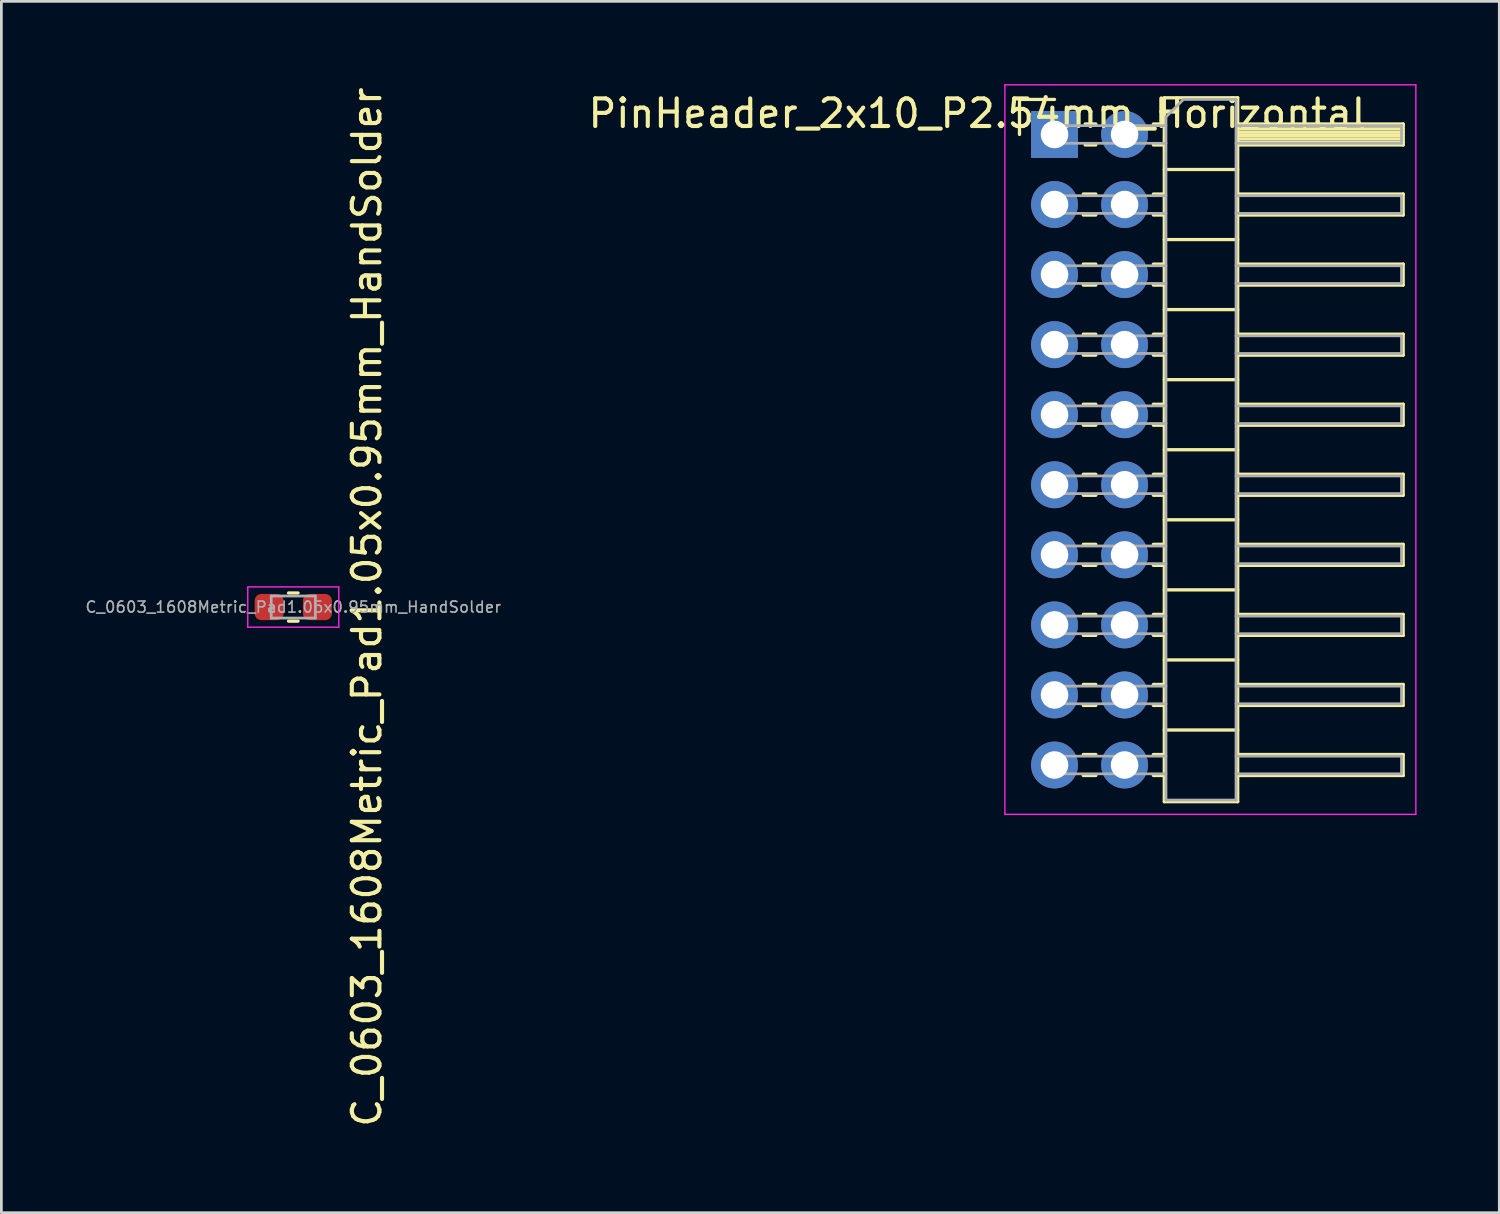
<source format=kicad_pcb>
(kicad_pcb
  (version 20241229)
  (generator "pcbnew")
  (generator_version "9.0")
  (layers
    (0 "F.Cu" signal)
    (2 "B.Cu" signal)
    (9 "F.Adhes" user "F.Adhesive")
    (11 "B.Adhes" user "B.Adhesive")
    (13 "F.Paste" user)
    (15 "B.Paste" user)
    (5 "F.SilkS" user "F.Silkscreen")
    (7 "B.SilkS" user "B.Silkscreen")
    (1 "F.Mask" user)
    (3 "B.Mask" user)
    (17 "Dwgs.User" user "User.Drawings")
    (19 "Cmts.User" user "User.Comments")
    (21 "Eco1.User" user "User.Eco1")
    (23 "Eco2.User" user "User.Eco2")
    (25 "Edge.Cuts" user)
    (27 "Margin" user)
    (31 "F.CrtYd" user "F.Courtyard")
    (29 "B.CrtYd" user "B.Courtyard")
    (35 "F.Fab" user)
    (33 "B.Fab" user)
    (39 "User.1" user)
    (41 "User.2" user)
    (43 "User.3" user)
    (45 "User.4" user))
  (footprint "C_0603_1608Metric_Pad1.05x0.95mm_HandSolder"
    (layer "F.Cu")
    (at 7.583 18.958)
    (property "Reference" "C_0603_1608Metric_Pad1.05x0.95mm_HandSolder" (at 2.667 0 90) (layer "F.SilkS") (effects (font (size 1 1) (thickness 0.15))))
    (attr smd)
    (fp_line (start -0.171 -0.51) (end 0.171 -0.51) (stroke (width 0.12) (type solid)) (layer "F.SilkS"))
    (fp_line (start -0.171 0.51) (end 0.171 0.51) (stroke (width 0.12) (type solid)) (layer "F.SilkS"))
    (fp_line (start -1.65 -0.73) (end 1.65 -0.73) (stroke (width 0.05) (type solid)) (layer "F.CrtYd"))
    (fp_line (start -1.65 0.73) (end -1.65 -0.73) (stroke (width 0.05) (type solid)) (layer "F.CrtYd"))
    (fp_line (start 1.65 -0.73) (end 1.65 0.73) (stroke (width 0.05) (type solid)) (layer "F.CrtYd"))
    (fp_line (start 1.65 0.73) (end -1.65 0.73) (stroke (width 0.05) (type solid)) (layer "F.CrtYd"))
    (fp_line (start -0.8 -0.4) (end 0.8 -0.4) (stroke (width 0.1) (type solid)) (layer "F.Fab"))
    (fp_line (start -0.8 0.4) (end -0.8 -0.4) (stroke (width 0.1) (type solid)) (layer "F.Fab"))
    (fp_line (start 0.8 -0.4) (end 0.8 0.4) (stroke (width 0.1) (type solid)) (layer "F.Fab"))
    (fp_line (start 0.8 0.4) (end -0.8 0.4) (stroke (width 0.1) (type solid)) (layer "F.Fab"))
    (fp_text user "${REFERENCE}" (at 0 0 0) (layer "F.Fab") (effects (font (size 0.4 0.4) (thickness 0.06))))
    (pad "1" smd roundrect (at -0.875 0) (size 1.05 0.95) (layers "F.Cu" "F.Mask" "F.Paste") (roundrect_rratio 0.25))
    (pad "2" smd roundrect (at 0.875 0) (size 1.05 0.95) (layers "F.Cu" "F.Mask" "F.Paste") (roundrect_rratio 0.25)))
  (footprint "PinHeader_2x10_P2.54mm_Horizontal"
    (layer "F.Cu")
    (at 35.181 1.825)
    (property "Reference" "PinHeader_2x10_P2.54mm_Horizontal" (at -2.794 -0.762 0) (layer "F.SilkS") (effects (font (size 1 1) (thickness 0.15))))
    (attr through_hole)
    (fp_line (start -1.27 -1.27) (end 0 -1.27) (stroke (width 0.12) (type solid)) (layer "F.SilkS"))
    (fp_line (start -1.27 0) (end -1.27 -1.27) (stroke (width 0.12) (type solid)) (layer "F.SilkS"))
    (fp_line (start 1.043 2.16) (end 1.497 2.16) (stroke (width 0.12) (type solid)) (layer "F.SilkS"))
    (fp_line (start 1.043 2.92) (end 1.497 2.92) (stroke (width 0.12) (type solid)) (layer "F.SilkS"))
    (fp_line (start 1.043 4.7) (end 1.497 4.7) (stroke (width 0.12) (type solid)) (layer "F.SilkS"))
    (fp_line (start 1.043 5.46) (end 1.497 5.46) (stroke (width 0.12) (type solid)) (layer "F.SilkS"))
    (fp_line (start 1.043 7.24) (end 1.497 7.24) (stroke (width 0.12) (type solid)) (layer "F.SilkS"))
    (fp_line (start 1.043 8) (end 1.497 8) (stroke (width 0.12) (type solid)) (layer "F.SilkS"))
    (fp_line (start 1.043 9.78) (end 1.497 9.78) (stroke (width 0.12) (type solid)) (layer "F.SilkS"))
    (fp_line (start 1.043 10.54) (end 1.497 10.54) (stroke (width 0.12) (type solid)) (layer "F.SilkS"))
    (fp_line (start 1.043 12.32) (end 1.497 12.32) (stroke (width 0.12) (type solid)) (layer "F.SilkS"))
    (fp_line (start 1.043 13.08) (end 1.497 13.08) (stroke (width 0.12) (type solid)) (layer "F.SilkS"))
    (fp_line (start 1.043 14.86) (end 1.497 14.86) (stroke (width 0.12) (type solid)) (layer "F.SilkS"))
    (fp_line (start 1.043 15.62) (end 1.497 15.62) (stroke (width 0.12) (type solid)) (layer "F.SilkS"))
    (fp_line (start 1.043 17.4) (end 1.497 17.4) (stroke (width 0.12) (type solid)) (layer "F.SilkS"))
    (fp_line (start 1.043 18.16) (end 1.497 18.16) (stroke (width 0.12) (type solid)) (layer "F.SilkS"))
    (fp_line (start 1.043 19.94) (end 1.497 19.94) (stroke (width 0.12) (type solid)) (layer "F.SilkS"))
    (fp_line (start 1.043 20.7) (end 1.497 20.7) (stroke (width 0.12) (type solid)) (layer "F.SilkS"))
    (fp_line (start 1.043 22.48) (end 1.497 22.48) (stroke (width 0.12) (type solid)) (layer "F.SilkS"))
    (fp_line (start 1.043 23.24) (end 1.497 23.24) (stroke (width 0.12) (type solid)) (layer "F.SilkS"))
    (fp_line (start 1.11 -0.38) (end 1.497 -0.38) (stroke (width 0.12) (type solid)) (layer "F.SilkS"))
    (fp_line (start 1.11 0.38) (end 1.497 0.38) (stroke (width 0.12) (type solid)) (layer "F.SilkS"))
    (fp_line (start 3.583 -0.38) (end 3.98 -0.38) (stroke (width 0.12) (type solid)) (layer "F.SilkS"))
    (fp_line (start 3.583 0.38) (end 3.98 0.38) (stroke (width 0.12) (type solid)) (layer "F.SilkS"))
    (fp_line (start 3.583 2.16) (end 3.98 2.16) (stroke (width 0.12) (type solid)) (layer "F.SilkS"))
    (fp_line (start 3.583 2.92) (end 3.98 2.92) (stroke (width 0.12) (type solid)) (layer "F.SilkS"))
    (fp_line (start 3.583 4.7) (end 3.98 4.7) (stroke (width 0.12) (type solid)) (layer "F.SilkS"))
    (fp_line (start 3.583 5.46) (end 3.98 5.46) (stroke (width 0.12) (type solid)) (layer "F.SilkS"))
    (fp_line (start 3.583 7.24) (end 3.98 7.24) (stroke (width 0.12) (type solid)) (layer "F.SilkS"))
    (fp_line (start 3.583 8) (end 3.98 8) (stroke (width 0.12) (type solid)) (layer "F.SilkS"))
    (fp_line (start 3.583 9.78) (end 3.98 9.78) (stroke (width 0.12) (type solid)) (layer "F.SilkS"))
    (fp_line (start 3.583 10.54) (end 3.98 10.54) (stroke (width 0.12) (type solid)) (layer "F.SilkS"))
    (fp_line (start 3.583 12.32) (end 3.98 12.32) (stroke (width 0.12) (type solid)) (layer "F.SilkS"))
    (fp_line (start 3.583 13.08) (end 3.98 13.08) (stroke (width 0.12) (type solid)) (layer "F.SilkS"))
    (fp_line (start 3.583 14.86) (end 3.98 14.86) (stroke (width 0.12) (type solid)) (layer "F.SilkS"))
    (fp_line (start 3.583 15.62) (end 3.98 15.62) (stroke (width 0.12) (type solid)) (layer "F.SilkS"))
    (fp_line (start 3.583 17.4) (end 3.98 17.4) (stroke (width 0.12) (type solid)) (layer "F.SilkS"))
    (fp_line (start 3.583 18.16) (end 3.98 18.16) (stroke (width 0.12) (type solid)) (layer "F.SilkS"))
    (fp_line (start 3.583 19.94) (end 3.98 19.94) (stroke (width 0.12) (type solid)) (layer "F.SilkS"))
    (fp_line (start 3.583 20.7) (end 3.98 20.7) (stroke (width 0.12) (type solid)) (layer "F.SilkS"))
    (fp_line (start 3.583 22.48) (end 3.98 22.48) (stroke (width 0.12) (type solid)) (layer "F.SilkS"))
    (fp_line (start 3.583 23.24) (end 3.98 23.24) (stroke (width 0.12) (type solid)) (layer "F.SilkS"))
    (fp_line (start 3.98 -1.33) (end 3.98 24.19) (stroke (width 0.12) (type solid)) (layer "F.SilkS"))
    (fp_line (start 3.98 1.27) (end 6.64 1.27) (stroke (width 0.12) (type solid)) (layer "F.SilkS"))
    (fp_line (start 3.98 3.81) (end 6.64 3.81) (stroke (width 0.12) (type solid)) (layer "F.SilkS"))
    (fp_line (start 3.98 6.35) (end 6.64 6.35) (stroke (width 0.12) (type solid)) (layer "F.SilkS"))
    (fp_line (start 3.98 8.89) (end 6.64 8.89) (stroke (width 0.12) (type solid)) (layer "F.SilkS"))
    (fp_line (start 3.98 11.43) (end 6.64 11.43) (stroke (width 0.12) (type solid)) (layer "F.SilkS"))
    (fp_line (start 3.98 13.97) (end 6.64 13.97) (stroke (width 0.12) (type solid)) (layer "F.SilkS"))
    (fp_line (start 3.98 16.51) (end 6.64 16.51) (stroke (width 0.12) (type solid)) (layer "F.SilkS"))
    (fp_line (start 3.98 19.05) (end 6.64 19.05) (stroke (width 0.12) (type solid)) (layer "F.SilkS"))
    (fp_line (start 3.98 21.59) (end 6.64 21.59) (stroke (width 0.12) (type solid)) (layer "F.SilkS"))
    (fp_line (start 3.98 24.19) (end 6.64 24.19) (stroke (width 0.12) (type solid)) (layer "F.SilkS"))
    (fp_line (start 6.64 -1.33) (end 3.98 -1.33) (stroke (width 0.12) (type solid)) (layer "F.SilkS"))
    (fp_line (start 6.64 -0.38) (end 12.64 -0.38) (stroke (width 0.12) (type solid)) (layer "F.SilkS"))
    (fp_line (start 6.64 -0.32) (end 12.64 -0.32) (stroke (width 0.12) (type solid)) (layer "F.SilkS"))
    (fp_line (start 6.64 -0.2) (end 12.64 -0.2) (stroke (width 0.12) (type solid)) (layer "F.SilkS"))
    (fp_line (start 6.64 -0.08) (end 12.64 -0.08) (stroke (width 0.12) (type solid)) (layer "F.SilkS"))
    (fp_line (start 6.64 0.04) (end 12.64 0.04) (stroke (width 0.12) (type solid)) (layer "F.SilkS"))
    (fp_line (start 6.64 0.16) (end 12.64 0.16) (stroke (width 0.12) (type solid)) (layer "F.SilkS"))
    (fp_line (start 6.64 0.28) (end 12.64 0.28) (stroke (width 0.12) (type solid)) (layer "F.SilkS"))
    (fp_line (start 6.64 2.16) (end 12.64 2.16) (stroke (width 0.12) (type solid)) (layer "F.SilkS"))
    (fp_line (start 6.64 4.7) (end 12.64 4.7) (stroke (width 0.12) (type solid)) (layer "F.SilkS"))
    (fp_line (start 6.64 7.24) (end 12.64 7.24) (stroke (width 0.12) (type solid)) (layer "F.SilkS"))
    (fp_line (start 6.64 9.78) (end 12.64 9.78) (stroke (width 0.12) (type solid)) (layer "F.SilkS"))
    (fp_line (start 6.64 12.32) (end 12.64 12.32) (stroke (width 0.12) (type solid)) (layer "F.SilkS"))
    (fp_line (start 6.64 14.86) (end 12.64 14.86) (stroke (width 0.12) (type solid)) (layer "F.SilkS"))
    (fp_line (start 6.64 17.4) (end 12.64 17.4) (stroke (width 0.12) (type solid)) (layer "F.SilkS"))
    (fp_line (start 6.64 19.94) (end 12.64 19.94) (stroke (width 0.12) (type solid)) (layer "F.SilkS"))
    (fp_line (start 6.64 22.48) (end 12.64 22.48) (stroke (width 0.12) (type solid)) (layer "F.SilkS"))
    (fp_line (start 6.64 24.19) (end 6.64 -1.33) (stroke (width 0.12) (type solid)) (layer "F.SilkS"))
    (fp_line (start 12.64 -0.38) (end 12.64 0.38) (stroke (width 0.12) (type solid)) (layer "F.SilkS"))
    (fp_line (start 12.64 0.38) (end 6.64 0.38) (stroke (width 0.12) (type solid)) (layer "F.SilkS"))
    (fp_line (start 12.64 2.16) (end 12.64 2.92) (stroke (width 0.12) (type solid)) (layer "F.SilkS"))
    (fp_line (start 12.64 2.92) (end 6.64 2.92) (stroke (width 0.12) (type solid)) (layer "F.SilkS"))
    (fp_line (start 12.64 4.7) (end 12.64 5.46) (stroke (width 0.12) (type solid)) (layer "F.SilkS"))
    (fp_line (start 12.64 5.46) (end 6.64 5.46) (stroke (width 0.12) (type solid)) (layer "F.SilkS"))
    (fp_line (start 12.64 7.24) (end 12.64 8) (stroke (width 0.12) (type solid)) (layer "F.SilkS"))
    (fp_line (start 12.64 8) (end 6.64 8) (stroke (width 0.12) (type solid)) (layer "F.SilkS"))
    (fp_line (start 12.64 9.78) (end 12.64 10.54) (stroke (width 0.12) (type solid)) (layer "F.SilkS"))
    (fp_line (start 12.64 10.54) (end 6.64 10.54) (stroke (width 0.12) (type solid)) (layer "F.SilkS"))
    (fp_line (start 12.64 12.32) (end 12.64 13.08) (stroke (width 0.12) (type solid)) (layer "F.SilkS"))
    (fp_line (start 12.64 13.08) (end 6.64 13.08) (stroke (width 0.12) (type solid)) (layer "F.SilkS"))
    (fp_line (start 12.64 14.86) (end 12.64 15.62) (stroke (width 0.12) (type solid)) (layer "F.SilkS"))
    (fp_line (start 12.64 15.62) (end 6.64 15.62) (stroke (width 0.12) (type solid)) (layer "F.SilkS"))
    (fp_line (start 12.64 17.4) (end 12.64 18.16) (stroke (width 0.12) (type solid)) (layer "F.SilkS"))
    (fp_line (start 12.64 18.16) (end 6.64 18.16) (stroke (width 0.12) (type solid)) (layer "F.SilkS"))
    (fp_line (start 12.64 19.94) (end 12.64 20.7) (stroke (width 0.12) (type solid)) (layer "F.SilkS"))
    (fp_line (start 12.64 20.7) (end 6.64 20.7) (stroke (width 0.12) (type solid)) (layer "F.SilkS"))
    (fp_line (start 12.64 22.48) (end 12.64 23.24) (stroke (width 0.12) (type solid)) (layer "F.SilkS"))
    (fp_line (start 12.64 23.24) (end 6.64 23.24) (stroke (width 0.12) (type solid)) (layer "F.SilkS"))
    (fp_line (start -1.8 -1.8) (end -1.8 24.65) (stroke (width 0.05) (type solid)) (layer "F.CrtYd"))
    (fp_line (start -1.8 24.65) (end 13.1 24.65) (stroke (width 0.05) (type solid)) (layer "F.CrtYd"))
    (fp_line (start 13.1 -1.8) (end -1.8 -1.8) (stroke (width 0.05) (type solid)) (layer "F.CrtYd"))
    (fp_line (start 13.1 24.65) (end 13.1 -1.8) (stroke (width 0.05) (type solid)) (layer "F.CrtYd"))
    (fp_line (start -0.32 -0.32) (end -0.32 0.32) (stroke (width 0.1) (type solid)) (layer "F.Fab"))
    (fp_line (start -0.32 -0.32) (end 4.04 -0.32) (stroke (width 0.1) (type solid)) (layer "F.Fab"))
    (fp_line (start -0.32 0.32) (end 4.04 0.32) (stroke (width 0.1) (type solid)) (layer "F.Fab"))
    (fp_line (start -0.32 2.22) (end -0.32 2.86) (stroke (width 0.1) (type solid)) (layer "F.Fab"))
    (fp_line (start -0.32 2.22) (end 4.04 2.22) (stroke (width 0.1) (type solid)) (layer "F.Fab"))
    (fp_line (start -0.32 2.86) (end 4.04 2.86) (stroke (width 0.1) (type solid)) (layer "F.Fab"))
    (fp_line (start -0.32 4.76) (end -0.32 5.4) (stroke (width 0.1) (type solid)) (layer "F.Fab"))
    (fp_line (start -0.32 4.76) (end 4.04 4.76) (stroke (width 0.1) (type solid)) (layer "F.Fab"))
    (fp_line (start -0.32 5.4) (end 4.04 5.4) (stroke (width 0.1) (type solid)) (layer "F.Fab"))
    (fp_line (start -0.32 7.3) (end -0.32 7.94) (stroke (width 0.1) (type solid)) (layer "F.Fab"))
    (fp_line (start -0.32 7.3) (end 4.04 7.3) (stroke (width 0.1) (type solid)) (layer "F.Fab"))
    (fp_line (start -0.32 7.94) (end 4.04 7.94) (stroke (width 0.1) (type solid)) (layer "F.Fab"))
    (fp_line (start -0.32 9.84) (end -0.32 10.48) (stroke (width 0.1) (type solid)) (layer "F.Fab"))
    (fp_line (start -0.32 9.84) (end 4.04 9.84) (stroke (width 0.1) (type solid)) (layer "F.Fab"))
    (fp_line (start -0.32 10.48) (end 4.04 10.48) (stroke (width 0.1) (type solid)) (layer "F.Fab"))
    (fp_line (start -0.32 12.38) (end -0.32 13.02) (stroke (width 0.1) (type solid)) (layer "F.Fab"))
    (fp_line (start -0.32 12.38) (end 4.04 12.38) (stroke (width 0.1) (type solid)) (layer "F.Fab"))
    (fp_line (start -0.32 13.02) (end 4.04 13.02) (stroke (width 0.1) (type solid)) (layer "F.Fab"))
    (fp_line (start -0.32 14.92) (end -0.32 15.56) (stroke (width 0.1) (type solid)) (layer "F.Fab"))
    (fp_line (start -0.32 14.92) (end 4.04 14.92) (stroke (width 0.1) (type solid)) (layer "F.Fab"))
    (fp_line (start -0.32 15.56) (end 4.04 15.56) (stroke (width 0.1) (type solid)) (layer "F.Fab"))
    (fp_line (start -0.32 17.46) (end -0.32 18.1) (stroke (width 0.1) (type solid)) (layer "F.Fab"))
    (fp_line (start -0.32 17.46) (end 4.04 17.46) (stroke (width 0.1) (type solid)) (layer "F.Fab"))
    (fp_line (start -0.32 18.1) (end 4.04 18.1) (stroke (width 0.1) (type solid)) (layer "F.Fab"))
    (fp_line (start -0.32 20) (end -0.32 20.64) (stroke (width 0.1) (type solid)) (layer "F.Fab"))
    (fp_line (start -0.32 20) (end 4.04 20) (stroke (width 0.1) (type solid)) (layer "F.Fab"))
    (fp_line (start -0.32 20.64) (end 4.04 20.64) (stroke (width 0.1) (type solid)) (layer "F.Fab"))
    (fp_line (start -0.32 22.54) (end -0.32 23.18) (stroke (width 0.1) (type solid)) (layer "F.Fab"))
    (fp_line (start -0.32 22.54) (end 4.04 22.54) (stroke (width 0.1) (type solid)) (layer "F.Fab"))
    (fp_line (start -0.32 23.18) (end 4.04 23.18) (stroke (width 0.1) (type solid)) (layer "F.Fab"))
    (fp_line (start 4.04 -0.635) (end 4.675 -1.27) (stroke (width 0.1) (type solid)) (layer "F.Fab"))
    (fp_line (start 4.04 24.13) (end 4.04 -0.635) (stroke (width 0.1) (type solid)) (layer "F.Fab"))
    (fp_line (start 4.675 -1.27) (end 6.58 -1.27) (stroke (width 0.1) (type solid)) (layer "F.Fab"))
    (fp_line (start 6.58 -1.27) (end 6.58 24.13) (stroke (width 0.1) (type solid)) (layer "F.Fab"))
    (fp_line (start 6.58 -0.32) (end 12.58 -0.32) (stroke (width 0.1) (type solid)) (layer "F.Fab"))
    (fp_line (start 6.58 0.32) (end 12.58 0.32) (stroke (width 0.1) (type solid)) (layer "F.Fab"))
    (fp_line (start 6.58 2.22) (end 12.58 2.22) (stroke (width 0.1) (type solid)) (layer "F.Fab"))
    (fp_line (start 6.58 2.86) (end 12.58 2.86) (stroke (width 0.1) (type solid)) (layer "F.Fab"))
    (fp_line (start 6.58 4.76) (end 12.58 4.76) (stroke (width 0.1) (type solid)) (layer "F.Fab"))
    (fp_line (start 6.58 5.4) (end 12.58 5.4) (stroke (width 0.1) (type solid)) (layer "F.Fab"))
    (fp_line (start 6.58 7.3) (end 12.58 7.3) (stroke (width 0.1) (type solid)) (layer "F.Fab"))
    (fp_line (start 6.58 7.94) (end 12.58 7.94) (stroke (width 0.1) (type solid)) (layer "F.Fab"))
    (fp_line (start 6.58 9.84) (end 12.58 9.84) (stroke (width 0.1) (type solid)) (layer "F.Fab"))
    (fp_line (start 6.58 10.48) (end 12.58 10.48) (stroke (width 0.1) (type solid)) (layer "F.Fab"))
    (fp_line (start 6.58 12.38) (end 12.58 12.38) (stroke (width 0.1) (type solid)) (layer "F.Fab"))
    (fp_line (start 6.58 13.02) (end 12.58 13.02) (stroke (width 0.1) (type solid)) (layer "F.Fab"))
    (fp_line (start 6.58 14.92) (end 12.58 14.92) (stroke (width 0.1) (type solid)) (layer "F.Fab"))
    (fp_line (start 6.58 15.56) (end 12.58 15.56) (stroke (width 0.1) (type solid)) (layer "F.Fab"))
    (fp_line (start 6.58 17.46) (end 12.58 17.46) (stroke (width 0.1) (type solid)) (layer "F.Fab"))
    (fp_line (start 6.58 18.1) (end 12.58 18.1) (stroke (width 0.1) (type solid)) (layer "F.Fab"))
    (fp_line (start 6.58 20) (end 12.58 20) (stroke (width 0.1) (type solid)) (layer "F.Fab"))
    (fp_line (start 6.58 20.64) (end 12.58 20.64) (stroke (width 0.1) (type solid)) (layer "F.Fab"))
    (fp_line (start 6.58 22.54) (end 12.58 22.54) (stroke (width 0.1) (type solid)) (layer "F.Fab"))
    (fp_line (start 6.58 23.18) (end 12.58 23.18) (stroke (width 0.1) (type solid)) (layer "F.Fab"))
    (fp_line (start 6.58 24.13) (end 4.04 24.13) (stroke (width 0.1) (type solid)) (layer "F.Fab"))
    (fp_line (start 12.58 -0.32) (end 12.58 0.32) (stroke (width 0.1) (type solid)) (layer "F.Fab"))
    (fp_line (start 12.58 2.22) (end 12.58 2.86) (stroke (width 0.1) (type solid)) (layer "F.Fab"))
    (fp_line (start 12.58 4.76) (end 12.58 5.4) (stroke (width 0.1) (type solid)) (layer "F.Fab"))
    (fp_line (start 12.58 7.3) (end 12.58 7.94) (stroke (width 0.1) (type solid)) (layer "F.Fab"))
    (fp_line (start 12.58 9.84) (end 12.58 10.48) (stroke (width 0.1) (type solid)) (layer "F.Fab"))
    (fp_line (start 12.58 12.38) (end 12.58 13.02) (stroke (width 0.1) (type solid)) (layer "F.Fab"))
    (fp_line (start 12.58 14.92) (end 12.58 15.56) (stroke (width 0.1) (type solid)) (layer "F.Fab"))
    (fp_line (start 12.58 17.46) (end 12.58 18.1) (stroke (width 0.1) (type solid)) (layer "F.Fab"))
    (fp_line (start 12.58 20) (end 12.58 20.64) (stroke (width 0.1) (type solid)) (layer "F.Fab"))
    (fp_line (start 12.58 22.54) (end 12.58 23.18) (stroke (width 0.1) (type solid)) (layer "F.Fab"))
    (pad "1" thru_hole rect (at 0 0) (size 1.7 1.7) (drill 1) (layers "*.Cu" "*.Mask"))
    (pad "2" thru_hole oval (at 2.54 0) (size 1.7 1.7) (drill 1) (layers "*.Cu" "*.Mask"))
    (pad "3" thru_hole oval (at 0 2.54) (size 1.7 1.7) (drill 1) (layers "*.Cu" "*.Mask"))
    (pad "4" thru_hole oval (at 2.54 2.54) (size 1.7 1.7) (drill 1) (layers "*.Cu" "*.Mask"))
    (pad "5" thru_hole oval (at 0 5.08) (size 1.7 1.7) (drill 1) (layers "*.Cu" "*.Mask"))
    (pad "6" thru_hole oval (at 2.54 5.08) (size 1.7 1.7) (drill 1) (layers "*.Cu" "*.Mask"))
    (pad "7" thru_hole oval (at 0 7.62) (size 1.7 1.7) (drill 1) (layers "*.Cu" "*.Mask"))
    (pad "8" thru_hole oval (at 2.54 7.62) (size 1.7 1.7) (drill 1) (layers "*.Cu" "*.Mask"))
    (pad "9" thru_hole oval (at 0 10.16) (size 1.7 1.7) (drill 1) (layers "*.Cu" "*.Mask"))
    (pad "10" thru_hole oval (at 2.54 10.16) (size 1.7 1.7) (drill 1) (layers "*.Cu" "*.Mask"))
    (pad "11" thru_hole oval (at 0 12.7) (size 1.7 1.7) (drill 1) (layers "*.Cu" "*.Mask"))
    (pad "12" thru_hole oval (at 2.54 12.7) (size 1.7 1.7) (drill 1) (layers "*.Cu" "*.Mask"))
    (pad "13" thru_hole oval (at 0 15.24) (size 1.7 1.7) (drill 1) (layers "*.Cu" "*.Mask"))
    (pad "14" thru_hole oval (at 2.54 15.24) (size 1.7 1.7) (drill 1) (layers "*.Cu" "*.Mask"))
    (pad "15" thru_hole oval (at 0 17.78) (size 1.7 1.7) (drill 1) (layers "*.Cu" "*.Mask"))
    (pad "16" thru_hole oval (at 2.54 17.78) (size 1.7 1.7) (drill 1) (layers "*.Cu" "*.Mask"))
    (pad "17" thru_hole oval (at 0 20.32) (size 1.7 1.7) (drill 1) (layers "*.Cu" "*.Mask"))
    (pad "18" thru_hole oval (at 2.54 20.32) (size 1.7 1.7) (drill 1) (layers "*.Cu" "*.Mask"))
    (pad "19" thru_hole oval (at 0 22.86) (size 1.7 1.7) (drill 1) (layers "*.Cu" "*.Mask"))
    (pad "20" thru_hole oval (at 2.54 22.86) (size 1.7 1.7) (drill 1) (layers "*.Cu" "*.Mask")))
  (gr_rect
    (start -3 -3)
    (end 51.306 40.917)
    (stroke (width 0.1) (type default))
    (fill no)
    (layer "Edge.Cuts")))
</source>
